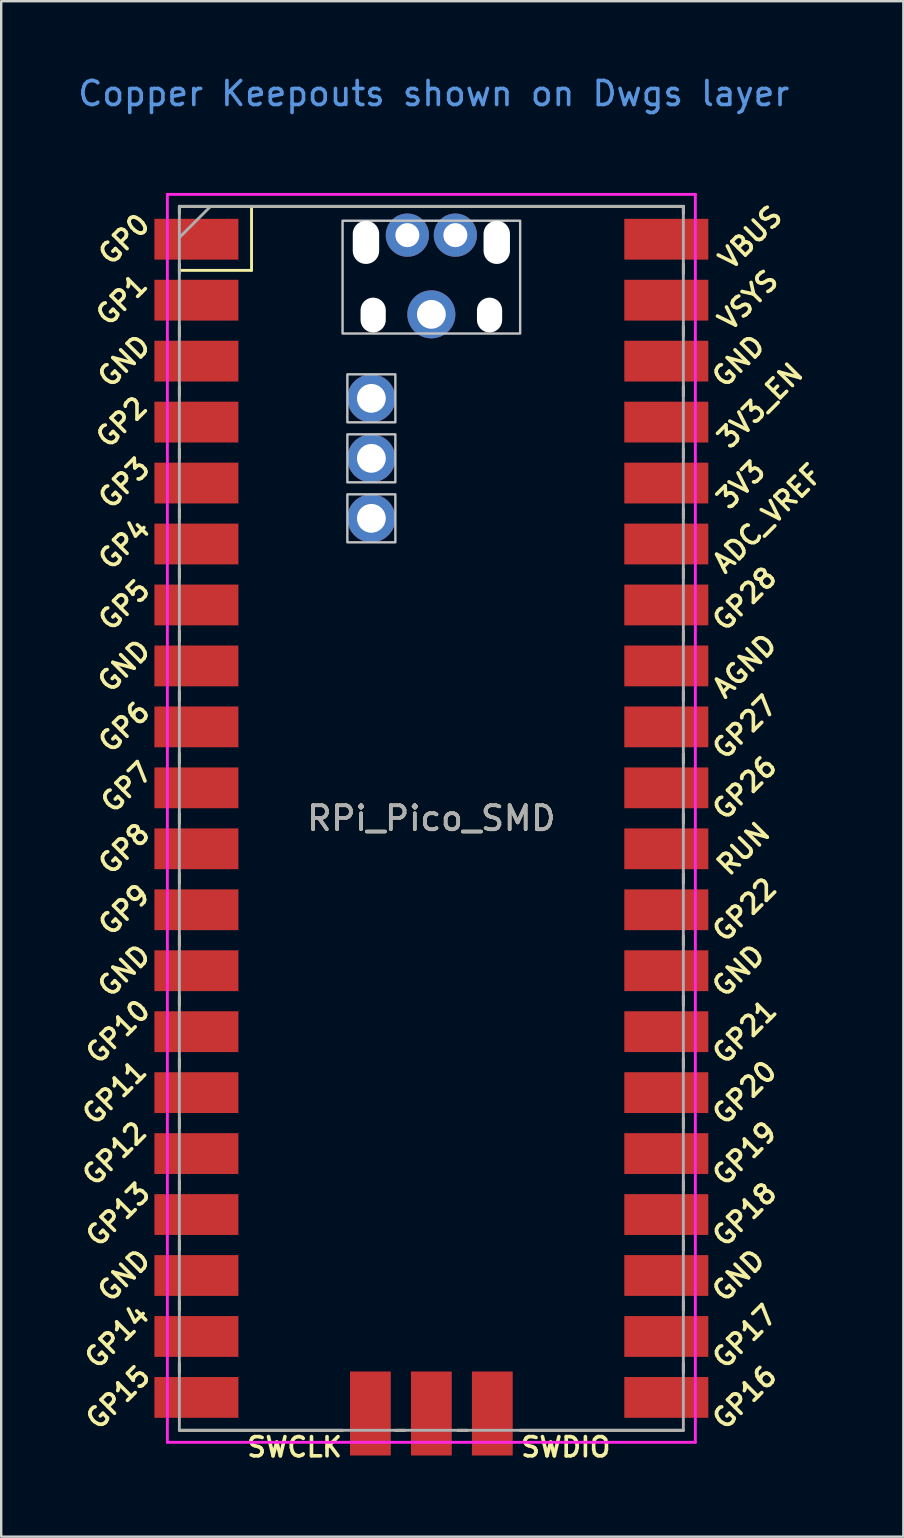
<source format=kicad_pcb>
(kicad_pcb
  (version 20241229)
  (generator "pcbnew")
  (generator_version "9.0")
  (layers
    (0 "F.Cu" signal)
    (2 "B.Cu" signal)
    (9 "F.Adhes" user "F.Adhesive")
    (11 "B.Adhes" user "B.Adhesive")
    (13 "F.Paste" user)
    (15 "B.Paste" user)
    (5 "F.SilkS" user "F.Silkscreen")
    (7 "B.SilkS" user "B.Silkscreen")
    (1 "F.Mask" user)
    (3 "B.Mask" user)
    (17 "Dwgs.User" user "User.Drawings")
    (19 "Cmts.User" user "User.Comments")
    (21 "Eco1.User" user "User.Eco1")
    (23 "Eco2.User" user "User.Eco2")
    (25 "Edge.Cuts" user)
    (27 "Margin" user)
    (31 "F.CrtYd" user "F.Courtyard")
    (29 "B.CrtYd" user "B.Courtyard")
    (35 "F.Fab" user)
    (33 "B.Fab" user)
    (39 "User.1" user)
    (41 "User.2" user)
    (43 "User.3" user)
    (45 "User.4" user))
  (footprint "RPi_Pico_SMD"
    (layer "F.Cu")
    (at 14.924 31.048)
    (property "Reference" "RPi_Pico_SMD" (at 0 0 0) (layer "F.SilkS") (effects (font (size 1 1) (thickness 0.15))))
    (attr through_hole)
    (fp_line (start -10.5 -25.5) (end -10.5 -25.2) (stroke (width 0.12) (type solid)) (layer "F.SilkS"))
    (fp_line (start -10.5 -25.5) (end 10.5 -25.5) (stroke (width 0.12) (type solid)) (layer "F.SilkS"))
    (fp_line (start -10.5 -23.1) (end -10.5 -22.7) (stroke (width 0.12) (type solid)) (layer "F.SilkS"))
    (fp_line (start -10.5 -22.833) (end -7.493 -22.833) (stroke (width 0.12) (type solid)) (layer "F.SilkS"))
    (fp_line (start -10.5 -20.5) (end -10.5 -20.1) (stroke (width 0.12) (type solid)) (layer "F.SilkS"))
    (fp_line (start -10.5 -18) (end -10.5 -17.6) (stroke (width 0.12) (type solid)) (layer "F.SilkS"))
    (fp_line (start -10.5 -15.4) (end -10.5 -15) (stroke (width 0.12) (type solid)) (layer "F.SilkS"))
    (fp_line (start -10.5 -12.9) (end -10.5 -12.5) (stroke (width 0.12) (type solid)) (layer "F.SilkS"))
    (fp_line (start -10.5 -10.4) (end -10.5 -10) (stroke (width 0.12) (type solid)) (layer "F.SilkS"))
    (fp_line (start -10.5 -7.8) (end -10.5 -7.4) (stroke (width 0.12) (type solid)) (layer "F.SilkS"))
    (fp_line (start -10.5 -5.3) (end -10.5 -4.9) (stroke (width 0.12) (type solid)) (layer "F.SilkS"))
    (fp_line (start -10.5 -2.7) (end -10.5 -2.3) (stroke (width 0.12) (type solid)) (layer "F.SilkS"))
    (fp_line (start -10.5 -0.2) (end -10.5 0.2) (stroke (width 0.12) (type solid)) (layer "F.SilkS"))
    (fp_line (start -10.5 2.3) (end -10.5 2.7) (stroke (width 0.12) (type solid)) (layer "F.SilkS"))
    (fp_line (start -10.5 4.9) (end -10.5 5.3) (stroke (width 0.12) (type solid)) (layer "F.SilkS"))
    (fp_line (start -10.5 7.4) (end -10.5 7.8) (stroke (width 0.12) (type solid)) (layer "F.SilkS"))
    (fp_line (start -10.5 10) (end -10.5 10.4) (stroke (width 0.12) (type solid)) (layer "F.SilkS"))
    (fp_line (start -10.5 12.5) (end -10.5 12.9) (stroke (width 0.12) (type solid)) (layer "F.SilkS"))
    (fp_line (start -10.5 15.1) (end -10.5 15.5) (stroke (width 0.12) (type solid)) (layer "F.SilkS"))
    (fp_line (start -10.5 17.6) (end -10.5 18) (stroke (width 0.12) (type solid)) (layer "F.SilkS"))
    (fp_line (start -10.5 20.1) (end -10.5 20.5) (stroke (width 0.12) (type solid)) (layer "F.SilkS"))
    (fp_line (start -10.5 22.7) (end -10.5 23.1) (stroke (width 0.12) (type solid)) (layer "F.SilkS"))
    (fp_line (start -7.493 -22.833) (end -7.493 -25.5) (stroke (width 0.12) (type solid)) (layer "F.SilkS"))
    (fp_line (start -3.7 25.5) (end -10.5 25.5) (stroke (width 0.12) (type solid)) (layer "F.SilkS"))
    (fp_line (start -1.5 25.5) (end -1.1 25.5) (stroke (width 0.12) (type solid)) (layer "F.SilkS"))
    (fp_line (start 1.1 25.5) (end 1.5 25.5) (stroke (width 0.12) (type solid)) (layer "F.SilkS"))
    (fp_line (start 10.5 -25.5) (end 10.5 -25.2) (stroke (width 0.12) (type solid)) (layer "F.SilkS"))
    (fp_line (start 10.5 -23.1) (end 10.5 -22.7) (stroke (width 0.12) (type solid)) (layer "F.SilkS"))
    (fp_line (start 10.5 -20.5) (end 10.5 -20.1) (stroke (width 0.12) (type solid)) (layer "F.SilkS"))
    (fp_line (start 10.5 -18) (end 10.5 -17.6) (stroke (width 0.12) (type solid)) (layer "F.SilkS"))
    (fp_line (start 10.5 -15.4) (end 10.5 -15) (stroke (width 0.12) (type solid)) (layer "F.SilkS"))
    (fp_line (start 10.5 -12.9) (end 10.5 -12.5) (stroke (width 0.12) (type solid)) (layer "F.SilkS"))
    (fp_line (start 10.5 -10.4) (end 10.5 -10) (stroke (width 0.12) (type solid)) (layer "F.SilkS"))
    (fp_line (start 10.5 -7.8) (end 10.5 -7.4) (stroke (width 0.12) (type solid)) (layer "F.SilkS"))
    (fp_line (start 10.5 -5.3) (end 10.5 -4.9) (stroke (width 0.12) (type solid)) (layer "F.SilkS"))
    (fp_line (start 10.5 -2.7) (end 10.5 -2.3) (stroke (width 0.12) (type solid)) (layer "F.SilkS"))
    (fp_line (start 10.5 -0.2) (end 10.5 0.2) (stroke (width 0.12) (type solid)) (layer "F.SilkS"))
    (fp_line (start 10.5 2.3) (end 10.5 2.7) (stroke (width 0.12) (type solid)) (layer "F.SilkS"))
    (fp_line (start 10.5 4.9) (end 10.5 5.3) (stroke (width 0.12) (type solid)) (layer "F.SilkS"))
    (fp_line (start 10.5 7.4) (end 10.5 7.8) (stroke (width 0.12) (type solid)) (layer "F.SilkS"))
    (fp_line (start 10.5 10) (end 10.5 10.4) (stroke (width 0.12) (type solid)) (layer "F.SilkS"))
    (fp_line (start 10.5 12.5) (end 10.5 12.9) (stroke (width 0.12) (type solid)) (layer "F.SilkS"))
    (fp_line (start 10.5 15.1) (end 10.5 15.5) (stroke (width 0.12) (type solid)) (layer "F.SilkS"))
    (fp_line (start 10.5 17.6) (end 10.5 18) (stroke (width 0.12) (type solid)) (layer "F.SilkS"))
    (fp_line (start 10.5 20.1) (end 10.5 20.5) (stroke (width 0.12) (type solid)) (layer "F.SilkS"))
    (fp_line (start 10.5 22.7) (end 10.5 23.1) (stroke (width 0.12) (type solid)) (layer "F.SilkS"))
    (fp_line (start 10.5 25.5) (end 3.7 25.5) (stroke (width 0.12) (type solid)) (layer "F.SilkS"))
    (fp_poly (pts (xy -1.5 -16.5) (xy -3.5 -16.5) (xy -3.5 -18.5) (xy -1.5 -18.5)) (stroke (width 0.1) (type solid)) (fill no) (layer "Dwgs.User"))
    (fp_poly (pts (xy -1.5 -14) (xy -3.5 -14) (xy -3.5 -16) (xy -1.5 -16)) (stroke (width 0.1) (type solid)) (fill no) (layer "Dwgs.User"))
    (fp_poly (pts (xy -1.5 -11.5) (xy -3.5 -11.5) (xy -3.5 -13.5) (xy -1.5 -13.5)) (stroke (width 0.1) (type solid)) (fill no) (layer "Dwgs.User"))
    (fp_poly (pts (xy 3.7 -20.2) (xy -3.7 -20.2) (xy -3.7 -24.9) (xy 3.7 -24.9)) (stroke (width 0.1) (type solid)) (fill no) (layer "Dwgs.User"))
    (fp_line (start -11 -26) (end 11 -26) (stroke (width 0.12) (type solid)) (layer "F.CrtYd"))
    (fp_line (start -11 26) (end -11 -26) (stroke (width 0.12) (type solid)) (layer "F.CrtYd"))
    (fp_line (start 11 -26) (end 11 26) (stroke (width 0.12) (type solid)) (layer "F.CrtYd"))
    (fp_line (start 11 26) (end -11 26) (stroke (width 0.12) (type solid)) (layer "F.CrtYd"))
    (fp_line (start -10.5 -25.5) (end 10.5 -25.5) (stroke (width 0.12) (type solid)) (layer "F.Fab"))
    (fp_line (start -10.5 -24.2) (end -9.2 -25.5) (stroke (width 0.12) (type solid)) (layer "F.Fab"))
    (fp_line (start -10.5 25.5) (end -10.5 -25.5) (stroke (width 0.12) (type solid)) (layer "F.Fab"))
    (fp_line (start 10.5 -25.5) (end 10.5 25.5) (stroke (width 0.12) (type solid)) (layer "F.Fab"))
    (fp_line (start 10.5 25.5) (end -10.5 25.5) (stroke (width 0.12) (type solid)) (layer "F.Fab"))
    (fp_text user "VSYS" (at 13.2 -21.59 45) (layer "F.SilkS") (effects (font (size 0.8 0.8) (thickness 0.15))))
    (fp_text user "GP10" (at -13.054 8.89 45) (layer "F.SilkS") (effects (font (size 0.8 0.8) (thickness 0.15))))
    (fp_text user "GP6" (at -12.8 -3.81 45) (layer "F.SilkS") (effects (font (size 0.8 0.8) (thickness 0.15))))
    (fp_text user "GP15" (at -13.054 24.13 45) (layer "F.SilkS") (effects (font (size 0.8 0.8) (thickness 0.15))))
    (fp_text user "GP7" (at -12.7 -1.3 45) (layer "F.SilkS") (effects (font (size 0.8 0.8) (thickness 0.15))))
    (fp_text user "GP20" (at 13.054 11.43 45) (layer "F.SilkS") (effects (font (size 0.8 0.8) (thickness 0.15))))
    (fp_text user "GP12" (at -13.2 13.97 45) (layer "F.SilkS") (effects (font (size 0.8 0.8) (thickness 0.15))))
    (fp_text user "GP1" (at -12.9 -21.6 45) (layer "F.SilkS") (effects (font (size 0.8 0.8) (thickness 0.15))))
    (fp_text user "GP2" (at -12.9 -16.51 45) (layer "F.SilkS") (effects (font (size 0.8 0.8) (thickness 0.15))))
    (fp_text user "RUN" (at 13 1.27 45) (layer "F.SilkS") (effects (font (size 0.8 0.8) (thickness 0.15))))
    (fp_text user "3V3" (at 12.9 -13.9 45) (layer "F.SilkS") (effects (font (size 0.8 0.8) (thickness 0.15))))
    (fp_text user "SWCLK" (at -5.7 26.2 0) (layer "F.SilkS") (effects (font (size 0.8 0.8) (thickness 0.15))))
    (fp_text user "GND" (at -12.8 -6.35 45) (layer "F.SilkS") (effects (font (size 0.8 0.8) (thickness 0.15))))
    (fp_text user "GND" (at -12.8 19.05 45) (layer "F.SilkS") (effects (font (size 0.8 0.8) (thickness 0.15))))
    (fp_text user "AGND" (at 13.054 -6.35 45) (layer "F.SilkS") (effects (font (size 0.8 0.8) (thickness 0.15))))
    (fp_text user "GP5" (at -12.8 -8.89 45) (layer "F.SilkS") (effects (font (size 0.8 0.8) (thickness 0.15))))
    (fp_text user "GP16" (at 13.054 24.13 45) (layer "F.SilkS") (effects (font (size 0.8 0.8) (thickness 0.15))))
    (fp_text user "GP4" (at -12.8 -11.43 45) (layer "F.SilkS") (effects (font (size 0.8 0.8) (thickness 0.15))))
    (fp_text user "GP17" (at 13.054 21.59 45) (layer "F.SilkS") (effects (font (size 0.8 0.8) (thickness 0.15))))
    (fp_text user "SWDIO" (at 5.6 26.2 0) (layer "F.SilkS") (effects (font (size 0.8 0.8) (thickness 0.15))))
    (fp_text user "GP13" (at -13.054 16.51 45) (layer "F.SilkS") (effects (font (size 0.8 0.8) (thickness 0.15))))
    (fp_text user "VBUS" (at 13.3 -24.2 45) (layer "F.SilkS") (effects (font (size 0.8 0.8) (thickness 0.15))))
    (fp_text user "GND" (at -12.8 6.35 45) (layer "F.SilkS") (effects (font (size 0.8 0.8) (thickness 0.15))))
    (fp_text user "GP3" (at -12.8 -13.97 45) (layer "F.SilkS") (effects (font (size 0.8 0.8) (thickness 0.15))))
    (fp_text user "GP26" (at 13.054 -1.27 45) (layer "F.SilkS") (effects (font (size 0.8 0.8) (thickness 0.15))))
    (fp_text user "GP9" (at -12.8 3.81 45) (layer "F.SilkS") (effects (font (size 0.8 0.8) (thickness 0.15))))
    (fp_text user "GP19" (at 13.054 13.97 45) (layer "F.SilkS") (effects (font (size 0.8 0.8) (thickness 0.15))))
    (fp_text user "GP14" (at -13.1 21.59 45) (layer "F.SilkS") (effects (font (size 0.8 0.8) (thickness 0.15))))
    (fp_text user "GP21" (at 13.054 8.9 45) (layer "F.SilkS") (effects (font (size 0.8 0.8) (thickness 0.15))))
    (fp_text user "GP11" (at -13.2 11.43 45) (layer "F.SilkS") (effects (font (size 0.8 0.8) (thickness 0.15))))
    (fp_text user "GND" (at 12.8 6.35 45) (layer "F.SilkS") (effects (font (size 0.8 0.8) (thickness 0.15))))
    (fp_text user "GP27" (at 13.054 -3.8 45) (layer "F.SilkS") (effects (font (size 0.8 0.8) (thickness 0.15))))
    (fp_text user "GP8" (at -12.8 1.27 45) (layer "F.SilkS") (effects (font (size 0.8 0.8) (thickness 0.15))))
    (fp_text user "GND" (at 12.8 -19.05 45) (layer "F.SilkS") (effects (font (size 0.8 0.8) (thickness 0.15))))
    (fp_text user "GP28" (at 13.054 -9.144 45) (layer "F.SilkS") (effects (font (size 0.8 0.8) (thickness 0.15))))
    (fp_text user "GP0" (at -12.8 -24.13 45) (layer "F.SilkS") (effects (font (size 0.8 0.8) (thickness 0.15))))
    (fp_text user "GND" (at 12.8 19.05 45) (layer "F.SilkS") (effects (font (size 0.8 0.8) (thickness 0.15))))
    (fp_text user "ADC_VREF" (at 14 -12.5 45) (layer "F.SilkS") (effects (font (size 0.8 0.8) (thickness 0.15))))
    (fp_text user "GP22" (at 13.054 3.81 45) (layer "F.SilkS") (effects (font (size 0.8 0.8) (thickness 0.15))))
    (fp_text user "3V3_EN" (at 13.7 -17.2 45) (layer "F.SilkS") (effects (font (size 0.8 0.8) (thickness 0.15))))
    (fp_text user "GND" (at -12.8 -19.05 45) (layer "F.SilkS") (effects (font (size 0.8 0.8) (thickness 0.15))))
    (fp_text user "GP18" (at 13.054 16.51 45) (layer "F.SilkS") (effects (font (size 0.8 0.8) (thickness 0.15))))
    (fp_text user "Copper Keepouts shown on Dwgs layer" (at 0.1 -30.2 0) (layer "Cmts.User") (effects (font (size 1 1) (thickness 0.15))))
    (fp_text user "${REFERENCE}" (at 0 0 180) (layer "F.Fab") (effects (font (size 1 1) (thickness 0.15))))
    (pad "" np_thru_hole oval (at -2.725 -24) (size 1.1 1.8) (drill oval 1.1 1.8) (layers "*.Cu" "*.Mask"))
    (pad "" np_thru_hole oval (at -2.425 -20.97) (size 1.05 1.45) (drill oval 1.05 1.45) (layers "*.Cu" "*.Mask"))
    (pad "" np_thru_hole oval (at 2.425 -20.97) (size 1.05 1.45) (drill oval 1.05 1.45) (layers "*.Cu" "*.Mask"))
    (pad "" np_thru_hole oval (at 2.725 -24) (size 1.1 1.8) (drill oval 1.1 1.8) (layers "*.Cu" "*.Mask"))
    (pad "1" smd rect (at -8.89 -24.13) (size 3.5 1.7) (drill (offset -0.9 0)) (layers "F.Cu" "F.Mask"))
    (pad "2" smd rect (at -8.89 -21.59) (size 3.5 1.7) (drill (offset -0.9 0)) (layers "F.Cu" "F.Mask"))
    (pad "3" smd rect (at -8.89 -19.05) (size 3.5 1.7) (drill (offset -0.9 0)) (layers "F.Cu" "F.Mask"))
    (pad "4" smd rect (at -8.89 -16.51) (size 3.5 1.7) (drill (offset -0.9 0)) (layers "F.Cu" "F.Mask"))
    (pad "5" smd rect (at -8.89 -13.97) (size 3.5 1.7) (drill (offset -0.9 0)) (layers "F.Cu" "F.Mask"))
    (pad "6" smd rect (at -8.89 -11.43) (size 3.5 1.7) (drill (offset -0.9 0)) (layers "F.Cu" "F.Mask"))
    (pad "7" smd rect (at -8.89 -8.89) (size 3.5 1.7) (drill (offset -0.9 0)) (layers "F.Cu" "F.Mask"))
    (pad "8" smd rect (at -8.89 -6.35) (size 3.5 1.7) (drill (offset -0.9 0)) (layers "F.Cu" "F.Mask"))
    (pad "9" smd rect (at -8.89 -3.81) (size 3.5 1.7) (drill (offset -0.9 0)) (layers "F.Cu" "F.Mask"))
    (pad "10" smd rect (at -8.89 -1.27) (size 3.5 1.7) (drill (offset -0.9 0)) (layers "F.Cu" "F.Mask"))
    (pad "11" smd rect (at -8.89 1.27) (size 3.5 1.7) (drill (offset -0.9 0)) (layers "F.Cu" "F.Mask"))
    (pad "12" smd rect (at -8.89 3.81) (size 3.5 1.7) (drill (offset -0.9 0)) (layers "F.Cu" "F.Mask"))
    (pad "13" smd rect (at -8.89 6.35) (size 3.5 1.7) (drill (offset -0.9 0)) (layers "F.Cu" "F.Mask"))
    (pad "14" smd rect (at -8.89 8.89) (size 3.5 1.7) (drill (offset -0.9 0)) (layers "F.Cu" "F.Mask"))
    (pad "15" smd rect (at -8.89 11.43) (size 3.5 1.7) (drill (offset -0.9 0)) (layers "F.Cu" "F.Mask"))
    (pad "16" smd rect (at -8.89 13.97) (size 3.5 1.7) (drill (offset -0.9 0)) (layers "F.Cu" "F.Mask"))
    (pad "17" smd rect (at -8.89 16.51) (size 3.5 1.7) (drill (offset -0.9 0)) (layers "F.Cu" "F.Mask"))
    (pad "18" smd rect (at -8.89 19.05) (size 3.5 1.7) (drill (offset -0.9 0)) (layers "F.Cu" "F.Mask"))
    (pad "19" smd rect (at -8.89 21.59) (size 3.5 1.7) (drill (offset -0.9 0)) (layers "F.Cu" "F.Mask"))
    (pad "20" smd rect (at -8.89 24.13) (size 3.5 1.7) (drill (offset -0.9 0)) (layers "F.Cu" "F.Mask"))
    (pad "21" smd rect (at 8.89 24.13) (size 3.5 1.7) (drill (offset 0.9 0)) (layers "F.Cu" "F.Mask"))
    (pad "22" smd rect (at 8.89 21.59) (size 3.5 1.7) (drill (offset 0.9 0)) (layers "F.Cu" "F.Mask"))
    (pad "23" smd rect (at 8.89 19.05) (size 3.5 1.7) (drill (offset 0.9 0)) (layers "F.Cu" "F.Mask"))
    (pad "24" smd rect (at 8.89 16.51) (size 3.5 1.7) (drill (offset 0.9 0)) (layers "F.Cu" "F.Mask"))
    (pad "25" smd rect (at 8.89 13.97) (size 3.5 1.7) (drill (offset 0.9 0)) (layers "F.Cu" "F.Mask"))
    (pad "26" smd rect (at 8.89 11.43) (size 3.5 1.7) (drill (offset 0.9 0)) (layers "F.Cu" "F.Mask"))
    (pad "27" smd rect (at 8.89 8.89) (size 3.5 1.7) (drill (offset 0.9 0)) (layers "F.Cu" "F.Mask"))
    (pad "28" smd rect (at 8.89 6.35) (size 3.5 1.7) (drill (offset 0.9 0)) (layers "F.Cu" "F.Mask"))
    (pad "29" smd rect (at 8.89 3.81) (size 3.5 1.7) (drill (offset 0.9 0)) (layers "F.Cu" "F.Mask"))
    (pad "30" smd rect (at 8.89 1.27) (size 3.5 1.7) (drill (offset 0.9 0)) (layers "F.Cu" "F.Mask"))
    (pad "31" smd rect (at 8.89 -1.27) (size 3.5 1.7) (drill (offset 0.9 0)) (layers "F.Cu" "F.Mask"))
    (pad "32" smd rect (at 8.89 -3.81) (size 3.5 1.7) (drill (offset 0.9 0)) (layers "F.Cu" "F.Mask"))
    (pad "33" smd rect (at 8.89 -6.35) (size 3.5 1.7) (drill (offset 0.9 0)) (layers "F.Cu" "F.Mask"))
    (pad "34" smd rect (at 8.89 -8.89) (size 3.5 1.7) (drill (offset 0.9 0)) (layers "F.Cu" "F.Mask"))
    (pad "35" smd rect (at 8.89 -11.43) (size 3.5 1.7) (drill (offset 0.9 0)) (layers "F.Cu" "F.Mask"))
    (pad "36" smd rect (at 8.89 -13.97) (size 3.5 1.7) (drill (offset 0.9 0)) (layers "F.Cu" "F.Mask"))
    (pad "37" smd rect (at 8.89 -16.51) (size 3.5 1.7) (drill (offset 0.9 0)) (layers "F.Cu" "F.Mask"))
    (pad "38" smd rect (at 8.89 -19.05) (size 3.5 1.7) (drill (offset 0.9 0)) (layers "F.Cu" "F.Mask"))
    (pad "39" smd rect (at 8.89 -21.59) (size 3.5 1.7) (drill (offset 0.9 0)) (layers "F.Cu" "F.Mask"))
    (pad "40" smd rect (at 8.89 -24.13) (size 3.5 1.7) (drill (offset 0.9 0)) (layers "F.Cu" "F.Mask"))
    (pad "41" smd rect (at -2.54 23.9 90) (size 3.5 1.7) (drill (offset -0.9 0)) (layers "F.Cu" "F.Mask"))
    (pad "42" smd rect (at 0 23.9 90) (size 3.5 1.7) (drill (offset -0.9 0)) (layers "F.Cu" "F.Mask"))
    (pad "43" smd rect (at 2.54 23.9 90) (size 3.5 1.7) (drill (offset -0.9 0)) (layers "F.Cu" "F.Mask"))
    (pad "44" thru_hole circle (at 0 -21) (size 2 2) (drill 1.2) (layers "*.Cu" "*.Mask"))
    (pad "45" thru_hole circle (at 1 -24.3) (size 1.8 1.8) (drill 1) (layers "*.Cu" "*.Mask"))
    (pad "46" thru_hole circle (at -1 -24.3) (size 1.8 1.8) (drill 1) (layers "*.Cu" "*.Mask"))
    (pad "47" thru_hole circle (at -2.5 -17.5) (size 2 2) (drill 1.2) (layers "*.Cu" "*.Mask"))
    (pad "48" thru_hole circle (at -2.5 -15) (size 2 2) (drill 1.2) (layers "*.Cu" "*.Mask"))
    (pad "49" thru_hole circle (at -2.5 -12.5) (size 2 2) (drill 1.2) (layers "*.Cu" "*.Mask")))
  (gr_rect
    (start -3 -3)
    (end 34.591 60.98)
    (stroke (width 0.1) (type default))
    (fill no)
    (layer "Edge.Cuts")))
</source>
